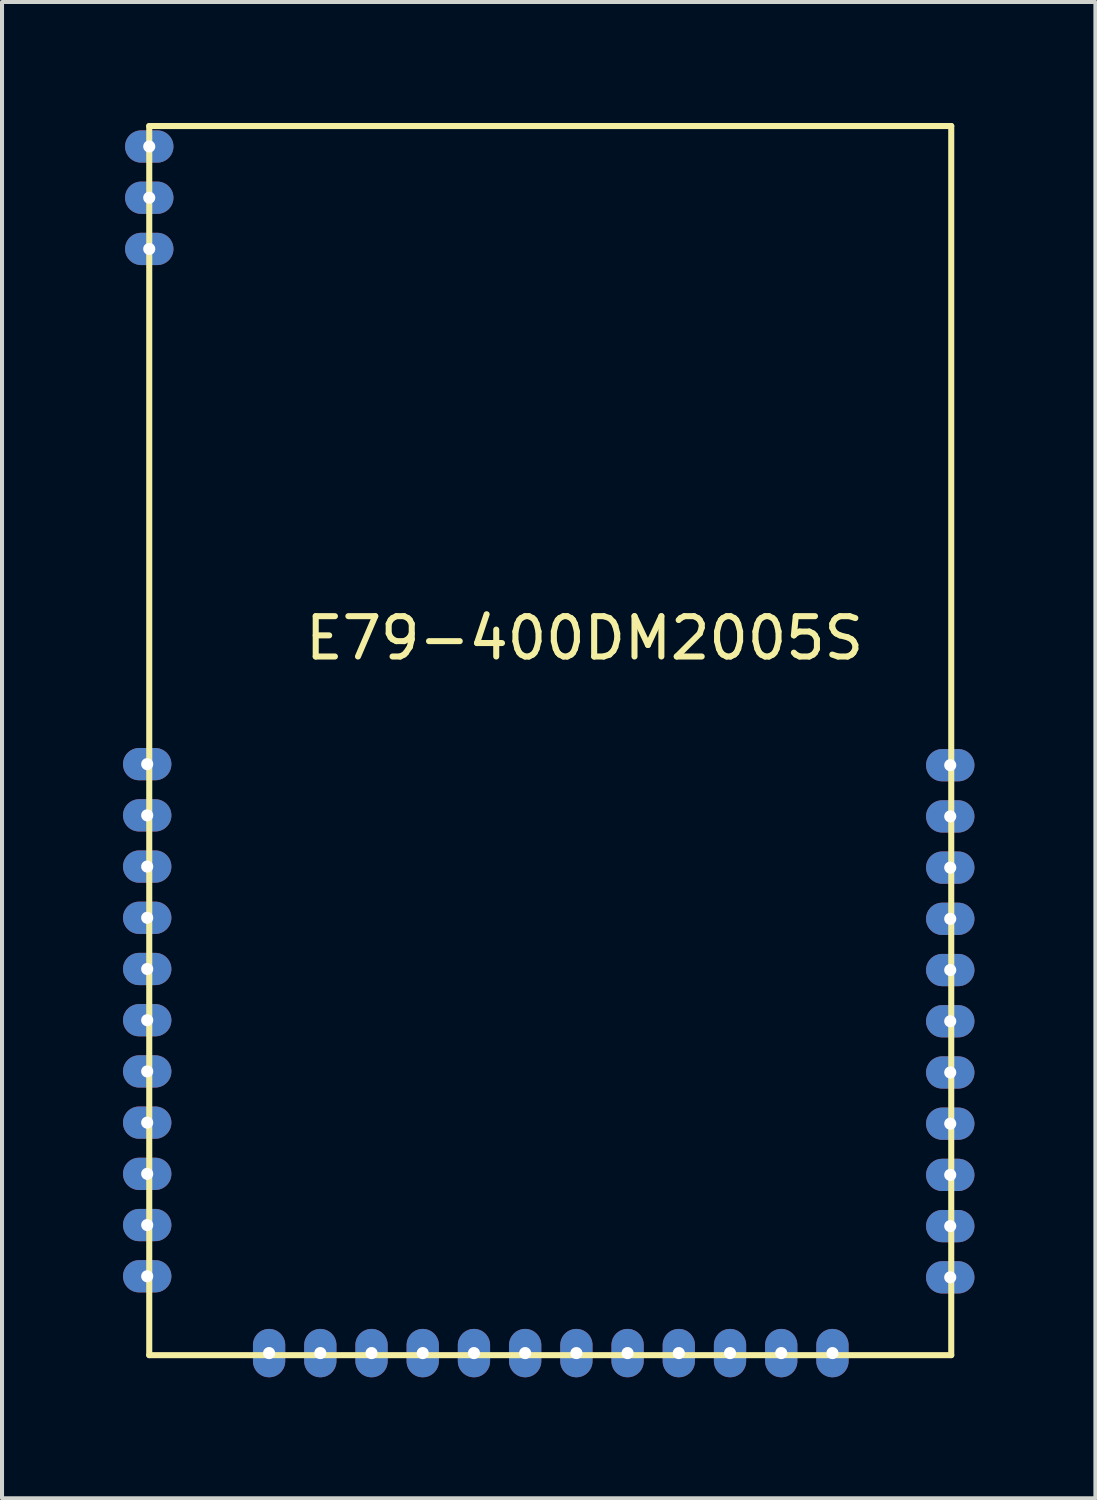
<source format=kicad_pcb>
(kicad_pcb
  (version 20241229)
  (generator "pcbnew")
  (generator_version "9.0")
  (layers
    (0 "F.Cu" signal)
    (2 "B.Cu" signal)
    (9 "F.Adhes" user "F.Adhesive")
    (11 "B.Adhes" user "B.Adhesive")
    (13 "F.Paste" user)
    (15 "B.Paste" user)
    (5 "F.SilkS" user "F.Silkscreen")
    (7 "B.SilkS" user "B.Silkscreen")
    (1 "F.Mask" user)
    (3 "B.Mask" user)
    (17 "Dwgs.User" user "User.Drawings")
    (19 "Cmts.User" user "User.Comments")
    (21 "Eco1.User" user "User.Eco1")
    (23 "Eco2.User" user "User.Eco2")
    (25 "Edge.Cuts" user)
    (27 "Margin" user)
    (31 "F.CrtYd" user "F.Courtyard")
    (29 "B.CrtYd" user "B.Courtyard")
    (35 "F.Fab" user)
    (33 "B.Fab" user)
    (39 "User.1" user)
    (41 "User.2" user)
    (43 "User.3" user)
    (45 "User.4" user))
  (footprint "E79-400DM2005S"
    (layer "F.Cu")
    (at 0.575 30.555)
    (property "Reference" "E79-400DM2005S" (at 10.871 -17.78 0) (layer "F.SilkS") (effects (font (size 1 1) (thickness 0.15))))
    (attr through_hole)
    (fp_line (start 0.076 -30.48) (end 19.964 -30.48) (stroke (width 0.15) (type solid)) (layer "F.SilkS"))
    (fp_line (start 0.076 0) (end 0.076 -30.48) (stroke (width 0.15) (type solid)) (layer "F.SilkS"))
    (fp_line (start 19.964 -30.48) (end 19.964 0) (stroke (width 0.15) (type solid)) (layer "F.SilkS"))
    (fp_line (start 19.964 0) (end 0.076 0) (stroke (width 0.15) (type solid)) (layer "F.SilkS"))
    (pad "1" thru_hole oval (at 0.076 -29.972 90) (size 0.8 1.2) (drill 0.3) (layers "*.Cu" "*.Mask"))
    (pad "2" thru_hole oval (at 0.076 -28.702 90) (size 0.8 1.2) (drill 0.3) (layers "*.Cu" "*.Mask"))
    (pad "3" thru_hole oval (at 0.076 -27.432 90) (size 0.8 1.2) (drill 0.3) (layers "*.Cu" "*.Mask"))
    (pad "4" thru_hole oval (at 0.025 -14.656 90) (size 0.8 1.2) (drill 0.3) (layers "*.Cu" "*.Mask"))
    (pad "5" thru_hole oval (at 0.025 -13.386 90) (size 0.8 1.2) (drill 0.3) (layers "*.Cu" "*.Mask"))
    (pad "6" thru_hole oval (at 0.025 -12.116 90) (size 0.8 1.2) (drill 0.3) (layers "*.Cu" "*.Mask"))
    (pad "7" thru_hole oval (at 0.025 -10.846 90) (size 0.8 1.2) (drill 0.3) (layers "*.Cu" "*.Mask"))
    (pad "8" thru_hole oval (at 0.025 -9.576 90) (size 0.8 1.2) (drill 0.3) (layers "*.Cu" "*.Mask"))
    (pad "9" thru_hole oval (at 0.025 -8.306 90) (size 0.8 1.2) (drill 0.3) (layers "*.Cu" "*.Mask"))
    (pad "10" thru_hole oval (at 0.025 -7.036 90) (size 0.8 1.2) (drill 0.3) (layers "*.Cu" "*.Mask"))
    (pad "11" thru_hole oval (at 0.025 -5.766 90) (size 0.8 1.2) (drill 0.3) (layers "*.Cu" "*.Mask"))
    (pad "12" thru_hole oval (at 0.025 -4.496 90) (size 0.8 1.2) (drill 0.3) (layers "*.Cu" "*.Mask"))
    (pad "13" thru_hole oval (at 0.025 -3.226 90) (size 0.8 1.2) (drill 0.3) (layers "*.Cu" "*.Mask"))
    (pad "14" thru_hole oval (at 0.025 -1.956 90) (size 0.8 1.2) (drill 0.3) (layers "*.Cu" "*.Mask"))
    (pad "15" thru_hole oval (at 3.048 -0.051) (size 0.8 1.2) (drill 0.3) (layers "*.Cu" "*.Mask"))
    (pad "16" thru_hole oval (at 4.318 -0.051) (size 0.8 1.2) (drill 0.3) (layers "*.Cu" "*.Mask"))
    (pad "17" thru_hole oval (at 5.588 -0.051) (size 0.8 1.2) (drill 0.3) (layers "*.Cu" "*.Mask"))
    (pad "18" thru_hole oval (at 6.858 -0.051) (size 0.8 1.2) (drill 0.3) (layers "*.Cu" "*.Mask"))
    (pad "19" thru_hole oval (at 8.128 -0.051) (size 0.8 1.2) (drill 0.3) (layers "*.Cu" "*.Mask"))
    (pad "20" thru_hole oval (at 9.398 -0.051) (size 0.8 1.2) (drill 0.3) (layers "*.Cu" "*.Mask"))
    (pad "21" thru_hole oval (at 10.668 -0.051) (size 0.8 1.2) (drill 0.3) (layers "*.Cu" "*.Mask"))
    (pad "22" thru_hole oval (at 11.938 -0.051) (size 0.8 1.2) (drill 0.3) (layers "*.Cu" "*.Mask"))
    (pad "23" thru_hole oval (at 13.208 -0.051) (size 0.8 1.2) (drill 0.3) (layers "*.Cu" "*.Mask"))
    (pad "24" thru_hole oval (at 14.478 -0.051) (size 0.8 1.2) (drill 0.3) (layers "*.Cu" "*.Mask"))
    (pad "25" thru_hole oval (at 15.748 -0.051) (size 0.8 1.2) (drill 0.3) (layers "*.Cu" "*.Mask"))
    (pad "26" thru_hole oval (at 17.018 -0.051) (size 0.8 1.2) (drill 0.3) (layers "*.Cu" "*.Mask"))
    (pad "27" thru_hole oval (at 19.939 -1.93 90) (size 0.8 1.2) (drill 0.3) (layers "*.Cu" "*.Mask"))
    (pad "28" thru_hole oval (at 19.939 -3.2 90) (size 0.8 1.2) (drill 0.3) (layers "*.Cu" "*.Mask"))
    (pad "29" thru_hole oval (at 19.939 -4.47 90) (size 0.8 1.2) (drill 0.3) (layers "*.Cu" "*.Mask"))
    (pad "30" thru_hole oval (at 19.939 -5.74 90) (size 0.8 1.2) (drill 0.3) (layers "*.Cu" "*.Mask"))
    (pad "31" thru_hole oval (at 19.939 -7.01 90) (size 0.8 1.2) (drill 0.3) (layers "*.Cu" "*.Mask"))
    (pad "32" thru_hole oval (at 19.939 -8.28 90) (size 0.8 1.2) (drill 0.3) (layers "*.Cu" "*.Mask"))
    (pad "33" thru_hole oval (at 19.939 -9.55 90) (size 0.8 1.2) (drill 0.3) (layers "*.Cu" "*.Mask"))
    (pad "34" thru_hole oval (at 19.939 -10.82 90) (size 0.8 1.2) (drill 0.3) (layers "*.Cu" "*.Mask"))
    (pad "35" thru_hole oval (at 19.939 -12.09 90) (size 0.8 1.2) (drill 0.3) (layers "*.Cu" "*.Mask"))
    (pad "36" thru_hole oval (at 19.939 -13.36 90) (size 0.8 1.2) (drill 0.3) (layers "*.Cu" "*.Mask"))
    (pad "37" thru_hole oval (at 19.939 -14.63 90) (size 0.8 1.2) (drill 0.3) (layers "*.Cu" "*.Mask")))
  (gr_rect
    (start -3 -3)
    (end 24.114 34.104)
    (stroke (width 0.1) (type default))
    (fill no)
    (layer "Edge.Cuts")))
</source>
